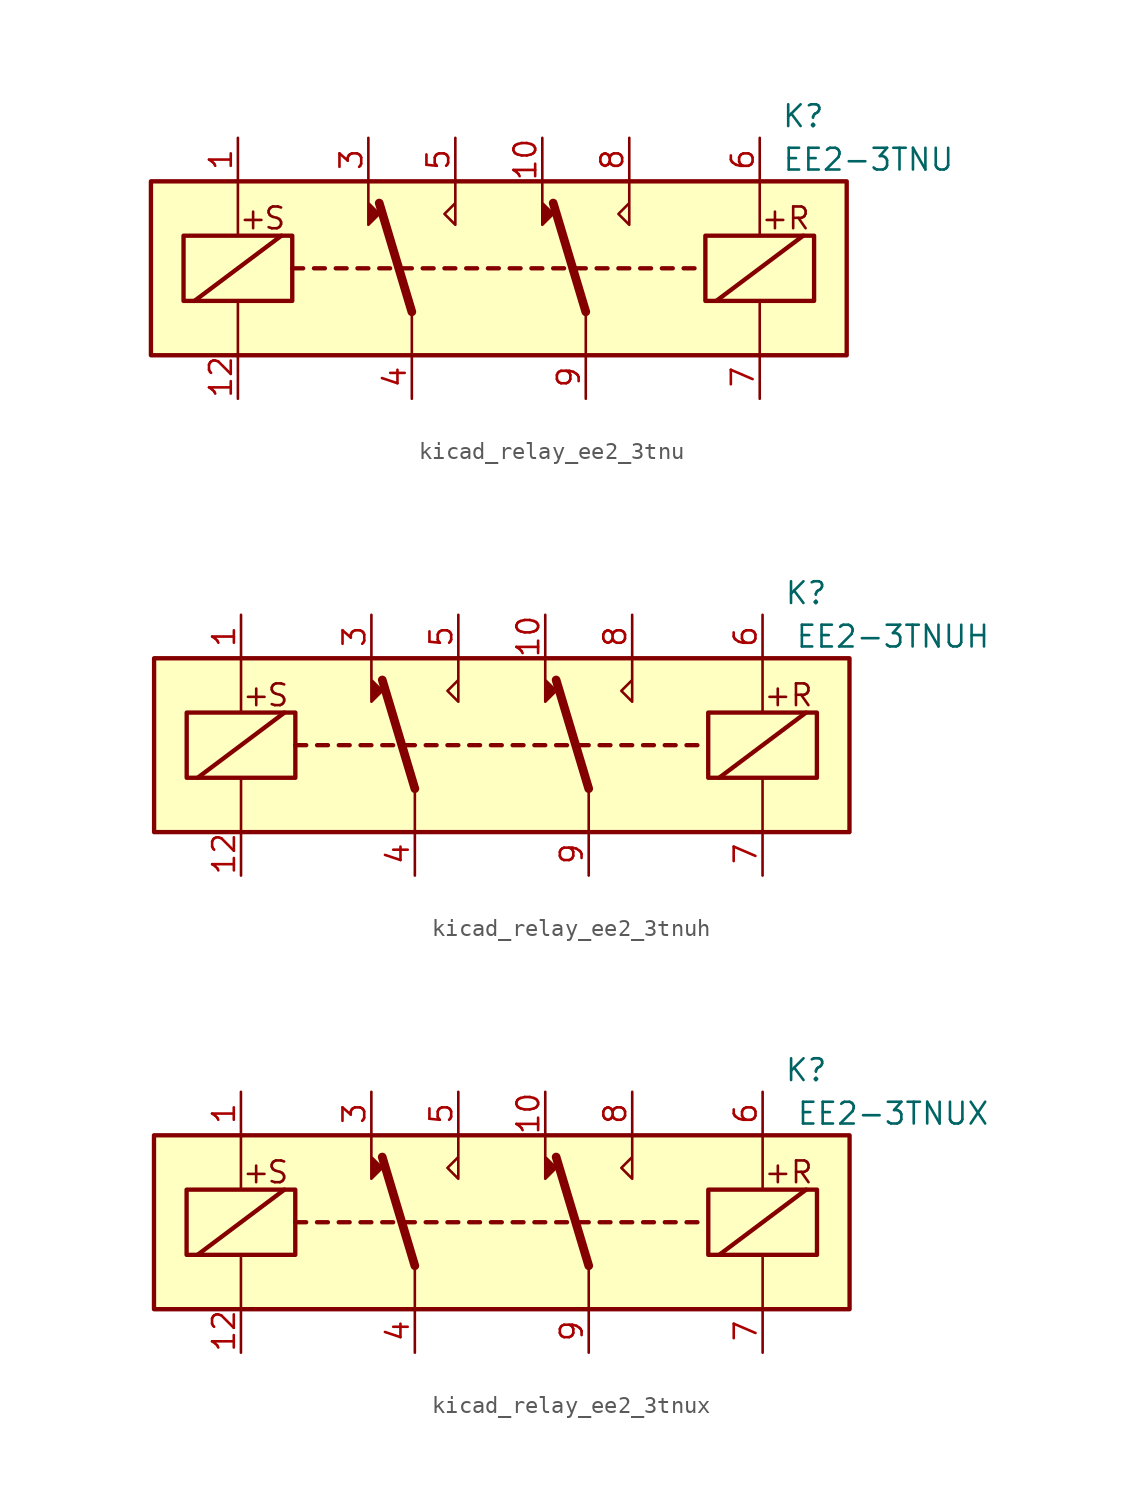
<source format=kicad_sym>
(kicad_symbol_lib
  (version 20220914)
  (generator kicad_symbol_editor)
  (symbol "kicad_relay_ee2_3tnu"
    (property "Reference" "K"
      (at 17.78 8.89 0)
      (effects (font (size 1.27 1.27))))
    (property "Value" "EE2-3TNU"
      (at 21.59 6.35 0)
      (effects (font (size 1.27 1.27))))
    (symbol "kicad_relay_ee2_3tnu_1_1"
      (rectangle (start -20.32 5.08) (end 20.32 -5.08) (stroke (width 0.254) (type default)) (fill (type background)))
      (rectangle (start -18.415 1.905) (end -12.065 -1.905) (stroke (width 0.254) (type default)) (fill (type none)))
      (polyline (pts (xy -17.78 -1.905) (xy -12.7 1.905)) (stroke (width 0.254) (type default)) (fill (type none)))
      (polyline (pts (xy -15.24 -5.08) (xy -15.24 -1.905)) (stroke (width 0) (type default)) (fill (type none)))
      (polyline (pts (xy -15.24 5.08) (xy -15.24 1.905)) (stroke (width 0) (type default)) (fill (type none)))
      (polyline (pts (xy -12.065 0) (xy -11.43 0)) (stroke (width 0.254) (type default)) (fill (type none)))
      (polyline (pts (xy -10.795 0) (xy -10.16 0)) (stroke (width 0.254) (type default)) (fill (type none)))
      (polyline (pts (xy -9.525 0) (xy -8.89 0)) (stroke (width 0.254) (type default)) (fill (type none)))
      (polyline (pts (xy -8.255 0) (xy -7.62 0)) (stroke (width 0.254) (type default)) (fill (type none)))
      (polyline (pts (xy -6.985 0) (xy -6.35 0)) (stroke (width 0.254) (type default)) (fill (type none)))
      (polyline (pts (xy -5.715 0) (xy -5.08 0)) (stroke (width 0.254) (type default)) (fill (type none)))
      (polyline (pts (xy -5.08 -2.54) (xy -6.985 3.81)) (stroke (width 0.508) (type default)) (fill (type none)))
      (polyline (pts (xy -5.08 -2.54) (xy -5.08 -5.08)) (stroke (width 0) (type default)) (fill (type none)))
      (polyline (pts (xy -4.445 0) (xy -3.81 0)) (stroke (width 0.254) (type default)) (fill (type none)))
      (polyline (pts (xy -3.175 0) (xy -2.54 0)) (stroke (width 0.254) (type default)) (fill (type none)))
      (polyline (pts (xy -1.905 0) (xy -1.27 0)) (stroke (width 0.254) (type default)) (fill (type none)))
      (polyline (pts (xy -0.635 0) (xy 0 0)) (stroke (width 0.254) (type default)) (fill (type none)))
      (polyline (pts (xy 0.635 0) (xy 1.27 0)) (stroke (width 0.254) (type default)) (fill (type none)))
      (polyline (pts (xy 1.905 0) (xy 2.54 0)) (stroke (width 0.254) (type default)) (fill (type none)))
      (polyline (pts (xy 3.175 0) (xy 3.81 0)) (stroke (width 0.254) (type default)) (fill (type none)))
      (polyline (pts (xy 4.445 0) (xy 5.08 0)) (stroke (width 0.254) (type default)) (fill (type none)))
      (polyline (pts (xy 5.08 -2.54) (xy 3.175 3.81)) (stroke (width 0.508) (type default)) (fill (type none)))
      (polyline (pts (xy 5.08 -2.54) (xy 5.08 -5.08)) (stroke (width 0) (type default)) (fill (type none)))
      (polyline (pts (xy 5.715 0) (xy 6.35 0)) (stroke (width 0.254) (type default)) (fill (type none)))
      (polyline (pts (xy 6.985 0) (xy 7.62 0)) (stroke (width 0.254) (type default)) (fill (type none)))
      (polyline (pts (xy 8.255 0) (xy 8.89 0)) (stroke (width 0.254) (type default)) (fill (type none)))
      (polyline (pts (xy 9.525 0) (xy 10.16 0)) (stroke (width 0.254) (type default)) (fill (type none)))
      (polyline (pts (xy 10.795 0) (xy 11.43 0)) (stroke (width 0.254) (type default)) (fill (type none)))
      (polyline (pts (xy 12.7 -1.905) (xy 17.78 1.905)) (stroke (width 0.254) (type default)) (fill (type none)))
      (polyline (pts (xy 15.24 -5.08) (xy 15.24 -1.905)) (stroke (width 0) (type default)) (fill (type none)))
      (polyline (pts (xy 15.24 5.08) (xy 15.24 1.905)) (stroke (width 0) (type default)) (fill (type none)))
      (polyline (pts (xy -7.62 5.08) (xy -7.62 2.54) (xy -6.985 3.175) (xy -7.62 3.81)) (stroke (width 0) (type default)) (fill (type outline)))
      (polyline (pts (xy -2.54 5.08) (xy -2.54 2.54) (xy -3.175 3.175) (xy -2.54 3.81)) (stroke (width 0) (type default)) (fill (type none)))
      (polyline (pts (xy 2.54 5.08) (xy 2.54 2.54) (xy 3.175 3.175) (xy 2.54 3.81)) (stroke (width 0) (type default)) (fill (type outline)))
      (polyline (pts (xy 7.62 5.08) (xy 7.62 2.54) (xy 6.985 3.175) (xy 7.62 3.81)) (stroke (width 0) (type default)) (fill (type none)))
      (rectangle (start 12.065 1.905) (end 18.415 -1.905) (stroke (width 0.254) (type default)) (fill (type none)))
      (text "+" (at -14.351 2.921 0) (effects (font (size 1.27 1.27))))
      (text "+" (at 16.129 2.921 0) (effects (font (size 1.27 1.27))))
      (text "R" (at 17.526 2.921 0) (effects (font (size 1.27 1.27))))
      (text "S" (at -13.081 2.921 0) (effects (font (size 1.27 1.27))))
      (pin passive line (at -15.24 7.62 270) (length 2.54) (name "~" (effects (font (size 1.27 1.27)))) (number "1" (effects (font (size 1.27 1.27)))))
      (pin passive line (at 2.54 7.62 270) (length 2.54) (name "~" (effects (font (size 1.27 1.27)))) (number "10" (effects (font (size 1.27 1.27)))))
      (pin passive line (at -15.24 -7.62 90) (length 2.54) (name "~" (effects (font (size 1.27 1.27)))) (number "12" (effects (font (size 1.27 1.27)))))
      (pin passive line (at -7.62 7.62 270) (length 2.54) (name "~" (effects (font (size 1.27 1.27)))) (number "3" (effects (font (size 1.27 1.27)))))
      (pin passive line (at -5.08 -7.62 90) (length 2.54) (name "~" (effects (font (size 1.27 1.27)))) (number "4" (effects (font (size 1.27 1.27)))))
      (pin passive line (at -2.54 7.62 270) (length 2.54) (name "~" (effects (font (size 1.27 1.27)))) (number "5" (effects (font (size 1.27 1.27)))))
      (pin passive line (at 15.24 7.62 270) (length 2.54) (name "~" (effects (font (size 1.27 1.27)))) (number "6" (effects (font (size 1.27 1.27)))))
      (pin passive line (at 15.24 -7.62 90) (length 2.54) (name "~" (effects (font (size 1.27 1.27)))) (number "7" (effects (font (size 1.27 1.27)))))
      (pin passive line (at 7.62 7.62 270) (length 2.54) (name "~" (effects (font (size 1.27 1.27)))) (number "8" (effects (font (size 1.27 1.27)))))
      (pin passive line (at 5.08 -7.62 90) (length 2.54) (name "~" (effects (font (size 1.27 1.27)))) (number "9" (effects (font (size 1.27 1.27)))))))
  (symbol "kicad_relay_ee2_3tnuh"
    (property "Reference" "K"
      (at 17.78 8.89 0)
      (effects (font (size 1.27 1.27))))
    (property "Value" "EE2-3TNUH"
      (at 22.86 6.35 0)
      (effects (font (size 1.27 1.27))))
    (symbol "kicad_relay_ee2_3tnuh_1_1"
      (rectangle (start -20.32 5.08) (end 20.32 -5.08) (stroke (width 0.254) (type default)) (fill (type background)))
      (rectangle (start -18.415 1.905) (end -12.065 -1.905) (stroke (width 0.254) (type default)) (fill (type none)))
      (polyline (pts (xy -17.78 -1.905) (xy -12.7 1.905)) (stroke (width 0.254) (type default)) (fill (type none)))
      (polyline (pts (xy -15.24 -5.08) (xy -15.24 -1.905)) (stroke (width 0) (type default)) (fill (type none)))
      (polyline (pts (xy -15.24 5.08) (xy -15.24 1.905)) (stroke (width 0) (type default)) (fill (type none)))
      (polyline (pts (xy -12.065 0) (xy -11.43 0)) (stroke (width 0.254) (type default)) (fill (type none)))
      (polyline (pts (xy -10.795 0) (xy -10.16 0)) (stroke (width 0.254) (type default)) (fill (type none)))
      (polyline (pts (xy -9.525 0) (xy -8.89 0)) (stroke (width 0.254) (type default)) (fill (type none)))
      (polyline (pts (xy -8.255 0) (xy -7.62 0)) (stroke (width 0.254) (type default)) (fill (type none)))
      (polyline (pts (xy -6.985 0) (xy -6.35 0)) (stroke (width 0.254) (type default)) (fill (type none)))
      (polyline (pts (xy -5.715 0) (xy -5.08 0)) (stroke (width 0.254) (type default)) (fill (type none)))
      (polyline (pts (xy -5.08 -2.54) (xy -6.985 3.81)) (stroke (width 0.508) (type default)) (fill (type none)))
      (polyline (pts (xy -5.08 -2.54) (xy -5.08 -5.08)) (stroke (width 0) (type default)) (fill (type none)))
      (polyline (pts (xy -4.445 0) (xy -3.81 0)) (stroke (width 0.254) (type default)) (fill (type none)))
      (polyline (pts (xy -3.175 0) (xy -2.54 0)) (stroke (width 0.254) (type default)) (fill (type none)))
      (polyline (pts (xy -1.905 0) (xy -1.27 0)) (stroke (width 0.254) (type default)) (fill (type none)))
      (polyline (pts (xy -0.635 0) (xy 0 0)) (stroke (width 0.254) (type default)) (fill (type none)))
      (polyline (pts (xy 0.635 0) (xy 1.27 0)) (stroke (width 0.254) (type default)) (fill (type none)))
      (polyline (pts (xy 1.905 0) (xy 2.54 0)) (stroke (width 0.254) (type default)) (fill (type none)))
      (polyline (pts (xy 3.175 0) (xy 3.81 0)) (stroke (width 0.254) (type default)) (fill (type none)))
      (polyline (pts (xy 4.445 0) (xy 5.08 0)) (stroke (width 0.254) (type default)) (fill (type none)))
      (polyline (pts (xy 5.08 -2.54) (xy 3.175 3.81)) (stroke (width 0.508) (type default)) (fill (type none)))
      (polyline (pts (xy 5.08 -2.54) (xy 5.08 -5.08)) (stroke (width 0) (type default)) (fill (type none)))
      (polyline (pts (xy 5.715 0) (xy 6.35 0)) (stroke (width 0.254) (type default)) (fill (type none)))
      (polyline (pts (xy 6.985 0) (xy 7.62 0)) (stroke (width 0.254) (type default)) (fill (type none)))
      (polyline (pts (xy 8.255 0) (xy 8.89 0)) (stroke (width 0.254) (type default)) (fill (type none)))
      (polyline (pts (xy 9.525 0) (xy 10.16 0)) (stroke (width 0.254) (type default)) (fill (type none)))
      (polyline (pts (xy 10.795 0) (xy 11.43 0)) (stroke (width 0.254) (type default)) (fill (type none)))
      (polyline (pts (xy 12.7 -1.905) (xy 17.78 1.905)) (stroke (width 0.254) (type default)) (fill (type none)))
      (polyline (pts (xy 15.24 -5.08) (xy 15.24 -1.905)) (stroke (width 0) (type default)) (fill (type none)))
      (polyline (pts (xy 15.24 5.08) (xy 15.24 1.905)) (stroke (width 0) (type default)) (fill (type none)))
      (polyline (pts (xy -7.62 5.08) (xy -7.62 2.54) (xy -6.985 3.175) (xy -7.62 3.81)) (stroke (width 0) (type default)) (fill (type outline)))
      (polyline (pts (xy -2.54 5.08) (xy -2.54 2.54) (xy -3.175 3.175) (xy -2.54 3.81)) (stroke (width 0) (type default)) (fill (type none)))
      (polyline (pts (xy 2.54 5.08) (xy 2.54 2.54) (xy 3.175 3.175) (xy 2.54 3.81)) (stroke (width 0) (type default)) (fill (type outline)))
      (polyline (pts (xy 7.62 5.08) (xy 7.62 2.54) (xy 6.985 3.175) (xy 7.62 3.81)) (stroke (width 0) (type default)) (fill (type none)))
      (rectangle (start 12.065 1.905) (end 18.415 -1.905) (stroke (width 0.254) (type default)) (fill (type none)))
      (text "+" (at -14.351 2.921 0) (effects (font (size 1.27 1.27))))
      (text "+" (at 16.129 2.921 0) (effects (font (size 1.27 1.27))))
      (text "R" (at 17.526 2.921 0) (effects (font (size 1.27 1.27))))
      (text "S" (at -13.081 2.921 0) (effects (font (size 1.27 1.27))))
      (pin passive line (at -15.24 7.62 270) (length 2.54) (name "~" (effects (font (size 1.27 1.27)))) (number "1" (effects (font (size 1.27 1.27)))))
      (pin passive line (at 2.54 7.62 270) (length 2.54) (name "~" (effects (font (size 1.27 1.27)))) (number "10" (effects (font (size 1.27 1.27)))))
      (pin passive line (at -15.24 -7.62 90) (length 2.54) (name "~" (effects (font (size 1.27 1.27)))) (number "12" (effects (font (size 1.27 1.27)))))
      (pin passive line (at -7.62 7.62 270) (length 2.54) (name "~" (effects (font (size 1.27 1.27)))) (number "3" (effects (font (size 1.27 1.27)))))
      (pin passive line (at -5.08 -7.62 90) (length 2.54) (name "~" (effects (font (size 1.27 1.27)))) (number "4" (effects (font (size 1.27 1.27)))))
      (pin passive line (at -2.54 7.62 270) (length 2.54) (name "~" (effects (font (size 1.27 1.27)))) (number "5" (effects (font (size 1.27 1.27)))))
      (pin passive line (at 15.24 7.62 270) (length 2.54) (name "~" (effects (font (size 1.27 1.27)))) (number "6" (effects (font (size 1.27 1.27)))))
      (pin passive line (at 15.24 -7.62 90) (length 2.54) (name "~" (effects (font (size 1.27 1.27)))) (number "7" (effects (font (size 1.27 1.27)))))
      (pin passive line (at 7.62 7.62 270) (length 2.54) (name "~" (effects (font (size 1.27 1.27)))) (number "8" (effects (font (size 1.27 1.27)))))
      (pin passive line (at 5.08 -7.62 90) (length 2.54) (name "~" (effects (font (size 1.27 1.27)))) (number "9" (effects (font (size 1.27 1.27)))))))
  (symbol "kicad_relay_ee2_3tnux"
    (property "Reference" "K"
      (at 17.78 8.89 0)
      (effects (font (size 1.27 1.27))))
    (property "Value" "EE2-3TNUX"
      (at 22.86 6.35 0)
      (effects (font (size 1.27 1.27))))
    (symbol "kicad_relay_ee2_3tnux_1_1"
      (rectangle (start -20.32 5.08) (end 20.32 -5.08) (stroke (width 0.254) (type default)) (fill (type background)))
      (rectangle (start -18.415 1.905) (end -12.065 -1.905) (stroke (width 0.254) (type default)) (fill (type none)))
      (polyline (pts (xy -17.78 -1.905) (xy -12.7 1.905)) (stroke (width 0.254) (type default)) (fill (type none)))
      (polyline (pts (xy -15.24 -5.08) (xy -15.24 -1.905)) (stroke (width 0) (type default)) (fill (type none)))
      (polyline (pts (xy -15.24 5.08) (xy -15.24 1.905)) (stroke (width 0) (type default)) (fill (type none)))
      (polyline (pts (xy -12.065 0) (xy -11.43 0)) (stroke (width 0.254) (type default)) (fill (type none)))
      (polyline (pts (xy -10.795 0) (xy -10.16 0)) (stroke (width 0.254) (type default)) (fill (type none)))
      (polyline (pts (xy -9.525 0) (xy -8.89 0)) (stroke (width 0.254) (type default)) (fill (type none)))
      (polyline (pts (xy -8.255 0) (xy -7.62 0)) (stroke (width 0.254) (type default)) (fill (type none)))
      (polyline (pts (xy -6.985 0) (xy -6.35 0)) (stroke (width 0.254) (type default)) (fill (type none)))
      (polyline (pts (xy -5.715 0) (xy -5.08 0)) (stroke (width 0.254) (type default)) (fill (type none)))
      (polyline (pts (xy -5.08 -2.54) (xy -6.985 3.81)) (stroke (width 0.508) (type default)) (fill (type none)))
      (polyline (pts (xy -5.08 -2.54) (xy -5.08 -5.08)) (stroke (width 0) (type default)) (fill (type none)))
      (polyline (pts (xy -4.445 0) (xy -3.81 0)) (stroke (width 0.254) (type default)) (fill (type none)))
      (polyline (pts (xy -3.175 0) (xy -2.54 0)) (stroke (width 0.254) (type default)) (fill (type none)))
      (polyline (pts (xy -1.905 0) (xy -1.27 0)) (stroke (width 0.254) (type default)) (fill (type none)))
      (polyline (pts (xy -0.635 0) (xy 0 0)) (stroke (width 0.254) (type default)) (fill (type none)))
      (polyline (pts (xy 0.635 0) (xy 1.27 0)) (stroke (width 0.254) (type default)) (fill (type none)))
      (polyline (pts (xy 1.905 0) (xy 2.54 0)) (stroke (width 0.254) (type default)) (fill (type none)))
      (polyline (pts (xy 3.175 0) (xy 3.81 0)) (stroke (width 0.254) (type default)) (fill (type none)))
      (polyline (pts (xy 4.445 0) (xy 5.08 0)) (stroke (width 0.254) (type default)) (fill (type none)))
      (polyline (pts (xy 5.08 -2.54) (xy 3.175 3.81)) (stroke (width 0.508) (type default)) (fill (type none)))
      (polyline (pts (xy 5.08 -2.54) (xy 5.08 -5.08)) (stroke (width 0) (type default)) (fill (type none)))
      (polyline (pts (xy 5.715 0) (xy 6.35 0)) (stroke (width 0.254) (type default)) (fill (type none)))
      (polyline (pts (xy 6.985 0) (xy 7.62 0)) (stroke (width 0.254) (type default)) (fill (type none)))
      (polyline (pts (xy 8.255 0) (xy 8.89 0)) (stroke (width 0.254) (type default)) (fill (type none)))
      (polyline (pts (xy 9.525 0) (xy 10.16 0)) (stroke (width 0.254) (type default)) (fill (type none)))
      (polyline (pts (xy 10.795 0) (xy 11.43 0)) (stroke (width 0.254) (type default)) (fill (type none)))
      (polyline (pts (xy 12.7 -1.905) (xy 17.78 1.905)) (stroke (width 0.254) (type default)) (fill (type none)))
      (polyline (pts (xy 15.24 -5.08) (xy 15.24 -1.905)) (stroke (width 0) (type default)) (fill (type none)))
      (polyline (pts (xy 15.24 5.08) (xy 15.24 1.905)) (stroke (width 0) (type default)) (fill (type none)))
      (polyline (pts (xy -7.62 5.08) (xy -7.62 2.54) (xy -6.985 3.175) (xy -7.62 3.81)) (stroke (width 0) (type default)) (fill (type outline)))
      (polyline (pts (xy -2.54 5.08) (xy -2.54 2.54) (xy -3.175 3.175) (xy -2.54 3.81)) (stroke (width 0) (type default)) (fill (type none)))
      (polyline (pts (xy 2.54 5.08) (xy 2.54 2.54) (xy 3.175 3.175) (xy 2.54 3.81)) (stroke (width 0) (type default)) (fill (type outline)))
      (polyline (pts (xy 7.62 5.08) (xy 7.62 2.54) (xy 6.985 3.175) (xy 7.62 3.81)) (stroke (width 0) (type default)) (fill (type none)))
      (rectangle (start 12.065 1.905) (end 18.415 -1.905) (stroke (width 0.254) (type default)) (fill (type none)))
      (text "+" (at -14.351 2.921 0) (effects (font (size 1.27 1.27))))
      (text "+" (at 16.129 2.921 0) (effects (font (size 1.27 1.27))))
      (text "R" (at 17.526 2.921 0) (effects (font (size 1.27 1.27))))
      (text "S" (at -13.081 2.921 0) (effects (font (size 1.27 1.27))))
      (pin passive line (at -15.24 7.62 270) (length 2.54) (name "~" (effects (font (size 1.27 1.27)))) (number "1" (effects (font (size 1.27 1.27)))))
      (pin passive line (at 2.54 7.62 270) (length 2.54) (name "~" (effects (font (size 1.27 1.27)))) (number "10" (effects (font (size 1.27 1.27)))))
      (pin passive line (at -15.24 -7.62 90) (length 2.54) (name "~" (effects (font (size 1.27 1.27)))) (number "12" (effects (font (size 1.27 1.27)))))
      (pin passive line (at -7.62 7.62 270) (length 2.54) (name "~" (effects (font (size 1.27 1.27)))) (number "3" (effects (font (size 1.27 1.27)))))
      (pin passive line (at -5.08 -7.62 90) (length 2.54) (name "~" (effects (font (size 1.27 1.27)))) (number "4" (effects (font (size 1.27 1.27)))))
      (pin passive line (at -2.54 7.62 270) (length 2.54) (name "~" (effects (font (size 1.27 1.27)))) (number "5" (effects (font (size 1.27 1.27)))))
      (pin passive line (at 15.24 7.62 270) (length 2.54) (name "~" (effects (font (size 1.27 1.27)))) (number "6" (effects (font (size 1.27 1.27)))))
      (pin passive line (at 15.24 -7.62 90) (length 2.54) (name "~" (effects (font (size 1.27 1.27)))) (number "7" (effects (font (size 1.27 1.27)))))
      (pin passive line (at 7.62 7.62 270) (length 2.54) (name "~" (effects (font (size 1.27 1.27)))) (number "8" (effects (font (size 1.27 1.27)))))
      (pin passive line (at 5.08 -7.62 90) (length 2.54) (name "~" (effects (font (size 1.27 1.27)))) (number "9" (effects (font (size 1.27 1.27))))))))
</source>
